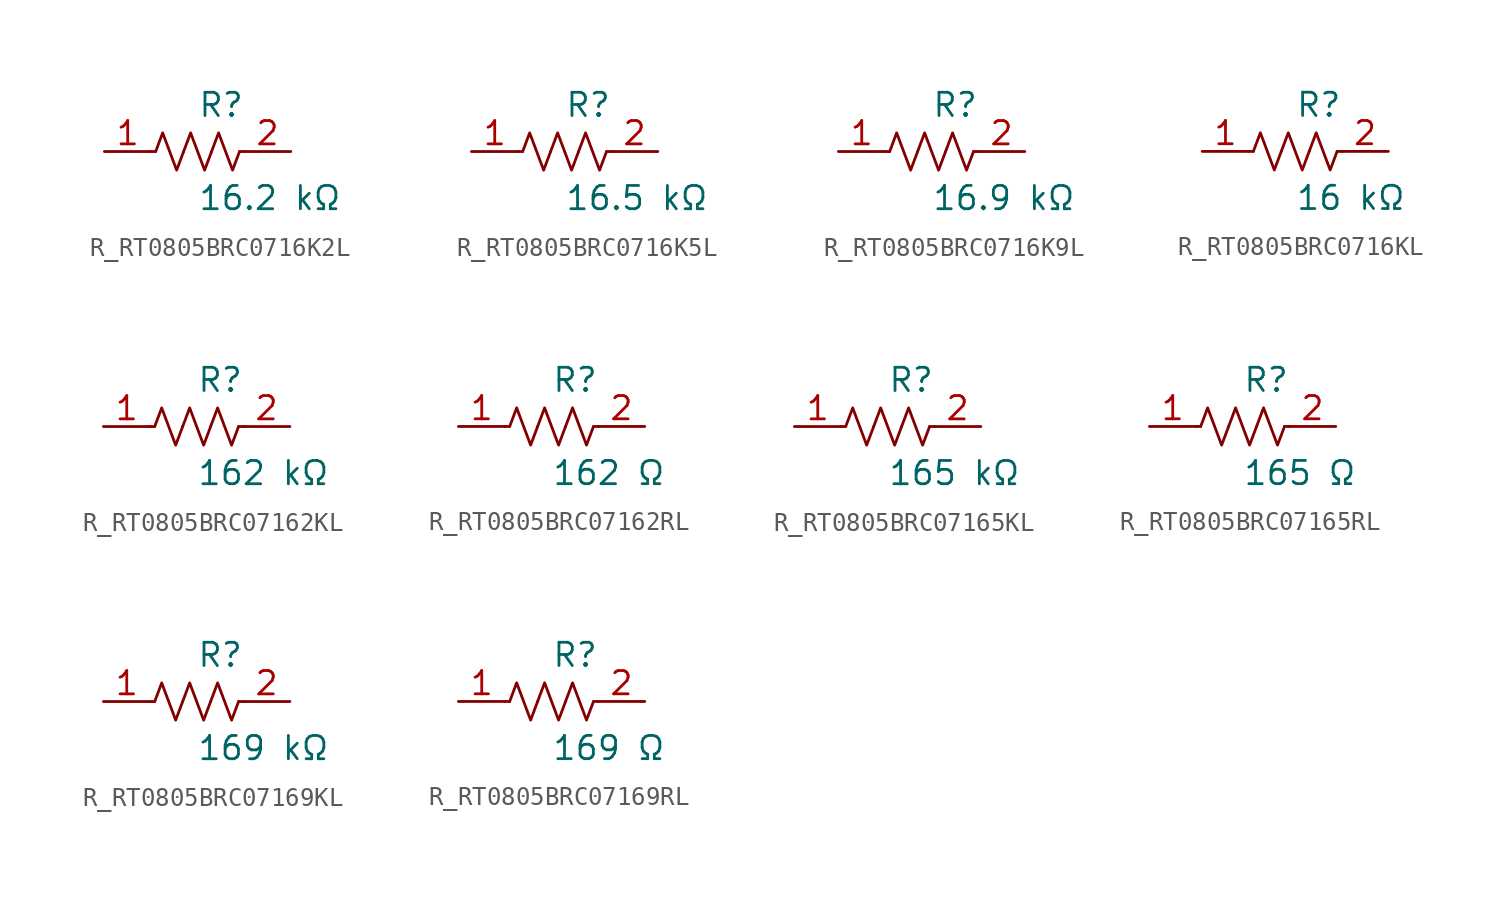
<source format=kicad_sym>
(kicad_symbol_lib
  (version 20231120)
  (generator kicad_symbol_editor)
  (generator_version 8.0)
  (symbol "R_RT0805BRC0716K2L"
    (pin_names
      (offset 0.254))
    (property "Reference" "R"
      (at 0 2.54 0)
      (effects (font (size 1.27 1.27)) (justify left)))
    (property "Value" "16.2 kΩ"
      (at 0 -2.54 0)
      (effects (font (size 1.27 1.27)) (justify left)))
    (symbol "R_RT0805BRC0716K2L_0_1"
      (polyline (pts (xy 2.286 0) (xy 2.54 0)) (stroke (width 0) (type default)) (fill (type none)))
      (polyline (pts (xy -2.286 0) (xy -2.54 0)) (stroke (width 0) (type default)) (fill (type none)))
      (polyline (pts (xy 0.762 0) (xy 1.143 1.016) (xy 1.524 0) (xy 1.905 -1.016) (xy 2.286 0)) (stroke (width 0) (type default)) (fill (type none)))
      (polyline (pts (xy -0.762 0) (xy -0.381 1.016) (xy 0 0) (xy 0.381 -1.016) (xy 0.762 0)) (stroke (width 0) (type default)) (fill (type none)))
      (polyline (pts (xy -2.286 0) (xy -1.905 1.016) (xy -1.524 0) (xy -1.143 -1.016) (xy -0.762 0)) (stroke (width 0) (type default)) (fill (type none))))
    (pin unspecified line
      (at -5.08 0 0)
      (length 2.54)
      (name "" (effects (font (size 1.27 1.27))))
      (number "1" (effects (font (size 1.27 1.27)))))
    (pin unspecified line
      (at 5.08 0 180)
      (length 2.54)
      (name "" (effects (font (size 1.27 1.27))))
      (number "2" (effects (font (size 1.27 1.27))))))
  (symbol "R_RT0805BRC0716K5L"
    (pin_names
      (offset 0.254))
    (property "Reference" "R"
      (at 0 2.54 0)
      (effects (font (size 1.27 1.27)) (justify left)))
    (property "Value" "16.5 kΩ"
      (at 0 -2.54 0)
      (effects (font (size 1.27 1.27)) (justify left)))
    (symbol "R_RT0805BRC0716K5L_0_1"
      (polyline (pts (xy 2.286 0) (xy 2.54 0)) (stroke (width 0) (type default)) (fill (type none)))
      (polyline (pts (xy -2.286 0) (xy -2.54 0)) (stroke (width 0) (type default)) (fill (type none)))
      (polyline (pts (xy 0.762 0) (xy 1.143 1.016) (xy 1.524 0) (xy 1.905 -1.016) (xy 2.286 0)) (stroke (width 0) (type default)) (fill (type none)))
      (polyline (pts (xy -0.762 0) (xy -0.381 1.016) (xy 0 0) (xy 0.381 -1.016) (xy 0.762 0)) (stroke (width 0) (type default)) (fill (type none)))
      (polyline (pts (xy -2.286 0) (xy -1.905 1.016) (xy -1.524 0) (xy -1.143 -1.016) (xy -0.762 0)) (stroke (width 0) (type default)) (fill (type none))))
    (pin unspecified line
      (at -5.08 0 0)
      (length 2.54)
      (name "" (effects (font (size 1.27 1.27))))
      (number "1" (effects (font (size 1.27 1.27)))))
    (pin unspecified line
      (at 5.08 0 180)
      (length 2.54)
      (name "" (effects (font (size 1.27 1.27))))
      (number "2" (effects (font (size 1.27 1.27))))))
  (symbol "R_RT0805BRC0716K9L"
    (pin_names
      (offset 0.254))
    (property "Reference" "R"
      (at 0 2.54 0)
      (effects (font (size 1.27 1.27)) (justify left)))
    (property "Value" "16.9 kΩ"
      (at 0 -2.54 0)
      (effects (font (size 1.27 1.27)) (justify left)))
    (symbol "R_RT0805BRC0716K9L_0_1"
      (polyline (pts (xy 2.286 0) (xy 2.54 0)) (stroke (width 0) (type default)) (fill (type none)))
      (polyline (pts (xy -2.286 0) (xy -2.54 0)) (stroke (width 0) (type default)) (fill (type none)))
      (polyline (pts (xy 0.762 0) (xy 1.143 1.016) (xy 1.524 0) (xy 1.905 -1.016) (xy 2.286 0)) (stroke (width 0) (type default)) (fill (type none)))
      (polyline (pts (xy -0.762 0) (xy -0.381 1.016) (xy 0 0) (xy 0.381 -1.016) (xy 0.762 0)) (stroke (width 0) (type default)) (fill (type none)))
      (polyline (pts (xy -2.286 0) (xy -1.905 1.016) (xy -1.524 0) (xy -1.143 -1.016) (xy -0.762 0)) (stroke (width 0) (type default)) (fill (type none))))
    (pin unspecified line
      (at -5.08 0 0)
      (length 2.54)
      (name "" (effects (font (size 1.27 1.27))))
      (number "1" (effects (font (size 1.27 1.27)))))
    (pin unspecified line
      (at 5.08 0 180)
      (length 2.54)
      (name "" (effects (font (size 1.27 1.27))))
      (number "2" (effects (font (size 1.27 1.27))))))
  (symbol "R_RT0805BRC0716KL"
    (pin_names
      (offset 0.254))
    (property "Reference" "R"
      (at 0 2.54 0)
      (effects (font (size 1.27 1.27)) (justify left)))
    (property "Value" "16 kΩ"
      (at 0 -2.54 0)
      (effects (font (size 1.27 1.27)) (justify left)))
    (symbol "R_RT0805BRC0716KL_0_1"
      (polyline (pts (xy 2.286 0) (xy 2.54 0)) (stroke (width 0) (type default)) (fill (type none)))
      (polyline (pts (xy -2.286 0) (xy -2.54 0)) (stroke (width 0) (type default)) (fill (type none)))
      (polyline (pts (xy 0.762 0) (xy 1.143 1.016) (xy 1.524 0) (xy 1.905 -1.016) (xy 2.286 0)) (stroke (width 0) (type default)) (fill (type none)))
      (polyline (pts (xy -0.762 0) (xy -0.381 1.016) (xy 0 0) (xy 0.381 -1.016) (xy 0.762 0)) (stroke (width 0) (type default)) (fill (type none)))
      (polyline (pts (xy -2.286 0) (xy -1.905 1.016) (xy -1.524 0) (xy -1.143 -1.016) (xy -0.762 0)) (stroke (width 0) (type default)) (fill (type none))))
    (pin unspecified line
      (at -5.08 0 0)
      (length 2.54)
      (name "" (effects (font (size 1.27 1.27))))
      (number "1" (effects (font (size 1.27 1.27)))))
    (pin unspecified line
      (at 5.08 0 180)
      (length 2.54)
      (name "" (effects (font (size 1.27 1.27))))
      (number "2" (effects (font (size 1.27 1.27))))))
  (symbol "R_RT0805BRC07162KL"
    (pin_names
      (offset 0.254))
    (property "Reference" "R"
      (at 0 2.54 0)
      (effects (font (size 1.27 1.27)) (justify left)))
    (property "Value" "162 kΩ"
      (at 0 -2.54 0)
      (effects (font (size 1.27 1.27)) (justify left)))
    (symbol "R_RT0805BRC07162KL_0_1"
      (polyline (pts (xy 2.286 0) (xy 2.54 0)) (stroke (width 0) (type default)) (fill (type none)))
      (polyline (pts (xy -2.286 0) (xy -2.54 0)) (stroke (width 0) (type default)) (fill (type none)))
      (polyline (pts (xy 0.762 0) (xy 1.143 1.016) (xy 1.524 0) (xy 1.905 -1.016) (xy 2.286 0)) (stroke (width 0) (type default)) (fill (type none)))
      (polyline (pts (xy -0.762 0) (xy -0.381 1.016) (xy 0 0) (xy 0.381 -1.016) (xy 0.762 0)) (stroke (width 0) (type default)) (fill (type none)))
      (polyline (pts (xy -2.286 0) (xy -1.905 1.016) (xy -1.524 0) (xy -1.143 -1.016) (xy -0.762 0)) (stroke (width 0) (type default)) (fill (type none))))
    (pin unspecified line
      (at -5.08 0 0)
      (length 2.54)
      (name "" (effects (font (size 1.27 1.27))))
      (number "1" (effects (font (size 1.27 1.27)))))
    (pin unspecified line
      (at 5.08 0 180)
      (length 2.54)
      (name "" (effects (font (size 1.27 1.27))))
      (number "2" (effects (font (size 1.27 1.27))))))
  (symbol "R_RT0805BRC07162RL"
    (pin_names
      (offset 0.254))
    (property "Reference" "R"
      (at 0 2.54 0)
      (effects (font (size 1.27 1.27)) (justify left)))
    (property "Value" "162 Ω"
      (at 0 -2.54 0)
      (effects (font (size 1.27 1.27)) (justify left)))
    (symbol "R_RT0805BRC07162RL_0_1"
      (polyline (pts (xy 2.286 0) (xy 2.54 0)) (stroke (width 0) (type default)) (fill (type none)))
      (polyline (pts (xy -2.286 0) (xy -2.54 0)) (stroke (width 0) (type default)) (fill (type none)))
      (polyline (pts (xy 0.762 0) (xy 1.143 1.016) (xy 1.524 0) (xy 1.905 -1.016) (xy 2.286 0)) (stroke (width 0) (type default)) (fill (type none)))
      (polyline (pts (xy -0.762 0) (xy -0.381 1.016) (xy 0 0) (xy 0.381 -1.016) (xy 0.762 0)) (stroke (width 0) (type default)) (fill (type none)))
      (polyline (pts (xy -2.286 0) (xy -1.905 1.016) (xy -1.524 0) (xy -1.143 -1.016) (xy -0.762 0)) (stroke (width 0) (type default)) (fill (type none))))
    (pin unspecified line
      (at -5.08 0 0)
      (length 2.54)
      (name "" (effects (font (size 1.27 1.27))))
      (number "1" (effects (font (size 1.27 1.27)))))
    (pin unspecified line
      (at 5.08 0 180)
      (length 2.54)
      (name "" (effects (font (size 1.27 1.27))))
      (number "2" (effects (font (size 1.27 1.27))))))
  (symbol "R_RT0805BRC07165KL"
    (pin_names
      (offset 0.254))
    (property "Reference" "R"
      (at 0 2.54 0)
      (effects (font (size 1.27 1.27)) (justify left)))
    (property "Value" "165 kΩ"
      (at 0 -2.54 0)
      (effects (font (size 1.27 1.27)) (justify left)))
    (symbol "R_RT0805BRC07165KL_0_1"
      (polyline (pts (xy 2.286 0) (xy 2.54 0)) (stroke (width 0) (type default)) (fill (type none)))
      (polyline (pts (xy -2.286 0) (xy -2.54 0)) (stroke (width 0) (type default)) (fill (type none)))
      (polyline (pts (xy 0.762 0) (xy 1.143 1.016) (xy 1.524 0) (xy 1.905 -1.016) (xy 2.286 0)) (stroke (width 0) (type default)) (fill (type none)))
      (polyline (pts (xy -0.762 0) (xy -0.381 1.016) (xy 0 0) (xy 0.381 -1.016) (xy 0.762 0)) (stroke (width 0) (type default)) (fill (type none)))
      (polyline (pts (xy -2.286 0) (xy -1.905 1.016) (xy -1.524 0) (xy -1.143 -1.016) (xy -0.762 0)) (stroke (width 0) (type default)) (fill (type none))))
    (pin unspecified line
      (at -5.08 0 0)
      (length 2.54)
      (name "" (effects (font (size 1.27 1.27))))
      (number "1" (effects (font (size 1.27 1.27)))))
    (pin unspecified line
      (at 5.08 0 180)
      (length 2.54)
      (name "" (effects (font (size 1.27 1.27))))
      (number "2" (effects (font (size 1.27 1.27))))))
  (symbol "R_RT0805BRC07165RL"
    (pin_names
      (offset 0.254))
    (property "Reference" "R"
      (at 0 2.54 0)
      (effects (font (size 1.27 1.27)) (justify left)))
    (property "Value" "165 Ω"
      (at 0 -2.54 0)
      (effects (font (size 1.27 1.27)) (justify left)))
    (symbol "R_RT0805BRC07165RL_0_1"
      (polyline (pts (xy 2.286 0) (xy 2.54 0)) (stroke (width 0) (type default)) (fill (type none)))
      (polyline (pts (xy -2.286 0) (xy -2.54 0)) (stroke (width 0) (type default)) (fill (type none)))
      (polyline (pts (xy 0.762 0) (xy 1.143 1.016) (xy 1.524 0) (xy 1.905 -1.016) (xy 2.286 0)) (stroke (width 0) (type default)) (fill (type none)))
      (polyline (pts (xy -0.762 0) (xy -0.381 1.016) (xy 0 0) (xy 0.381 -1.016) (xy 0.762 0)) (stroke (width 0) (type default)) (fill (type none)))
      (polyline (pts (xy -2.286 0) (xy -1.905 1.016) (xy -1.524 0) (xy -1.143 -1.016) (xy -0.762 0)) (stroke (width 0) (type default)) (fill (type none))))
    (pin unspecified line
      (at -5.08 0 0)
      (length 2.54)
      (name "" (effects (font (size 1.27 1.27))))
      (number "1" (effects (font (size 1.27 1.27)))))
    (pin unspecified line
      (at 5.08 0 180)
      (length 2.54)
      (name "" (effects (font (size 1.27 1.27))))
      (number "2" (effects (font (size 1.27 1.27))))))
  (symbol "R_RT0805BRC07169KL"
    (pin_names
      (offset 0.254))
    (property "Reference" "R"
      (at 0 2.54 0)
      (effects (font (size 1.27 1.27)) (justify left)))
    (property "Value" "169 kΩ"
      (at 0 -2.54 0)
      (effects (font (size 1.27 1.27)) (justify left)))
    (symbol "R_RT0805BRC07169KL_0_1"
      (polyline (pts (xy 2.286 0) (xy 2.54 0)) (stroke (width 0) (type default)) (fill (type none)))
      (polyline (pts (xy -2.286 0) (xy -2.54 0)) (stroke (width 0) (type default)) (fill (type none)))
      (polyline (pts (xy 0.762 0) (xy 1.143 1.016) (xy 1.524 0) (xy 1.905 -1.016) (xy 2.286 0)) (stroke (width 0) (type default)) (fill (type none)))
      (polyline (pts (xy -0.762 0) (xy -0.381 1.016) (xy 0 0) (xy 0.381 -1.016) (xy 0.762 0)) (stroke (width 0) (type default)) (fill (type none)))
      (polyline (pts (xy -2.286 0) (xy -1.905 1.016) (xy -1.524 0) (xy -1.143 -1.016) (xy -0.762 0)) (stroke (width 0) (type default)) (fill (type none))))
    (pin unspecified line
      (at -5.08 0 0)
      (length 2.54)
      (name "" (effects (font (size 1.27 1.27))))
      (number "1" (effects (font (size 1.27 1.27)))))
    (pin unspecified line
      (at 5.08 0 180)
      (length 2.54)
      (name "" (effects (font (size 1.27 1.27))))
      (number "2" (effects (font (size 1.27 1.27))))))
  (symbol "R_RT0805BRC07169RL"
    (pin_names
      (offset 0.254))
    (property "Reference" "R"
      (at 0 2.54 0)
      (effects (font (size 1.27 1.27)) (justify left)))
    (property "Value" "169 Ω"
      (at 0 -2.54 0)
      (effects (font (size 1.27 1.27)) (justify left)))
    (symbol "R_RT0805BRC07169RL_0_1"
      (polyline (pts (xy 2.286 0) (xy 2.54 0)) (stroke (width 0) (type default)) (fill (type none)))
      (polyline (pts (xy -2.286 0) (xy -2.54 0)) (stroke (width 0) (type default)) (fill (type none)))
      (polyline (pts (xy 0.762 0) (xy 1.143 1.016) (xy 1.524 0) (xy 1.905 -1.016) (xy 2.286 0)) (stroke (width 0) (type default)) (fill (type none)))
      (polyline (pts (xy -0.762 0) (xy -0.381 1.016) (xy 0 0) (xy 0.381 -1.016) (xy 0.762 0)) (stroke (width 0) (type default)) (fill (type none)))
      (polyline (pts (xy -2.286 0) (xy -1.905 1.016) (xy -1.524 0) (xy -1.143 -1.016) (xy -0.762 0)) (stroke (width 0) (type default)) (fill (type none))))
    (pin unspecified line
      (at -5.08 0 0)
      (length 2.54)
      (name "" (effects (font (size 1.27 1.27))))
      (number "1" (effects (font (size 1.27 1.27)))))
    (pin unspecified line
      (at 5.08 0 180)
      (length 2.54)
      (name "" (effects (font (size 1.27 1.27))))
      (number "2" (effects (font (size 1.27 1.27)))))))
</source>
